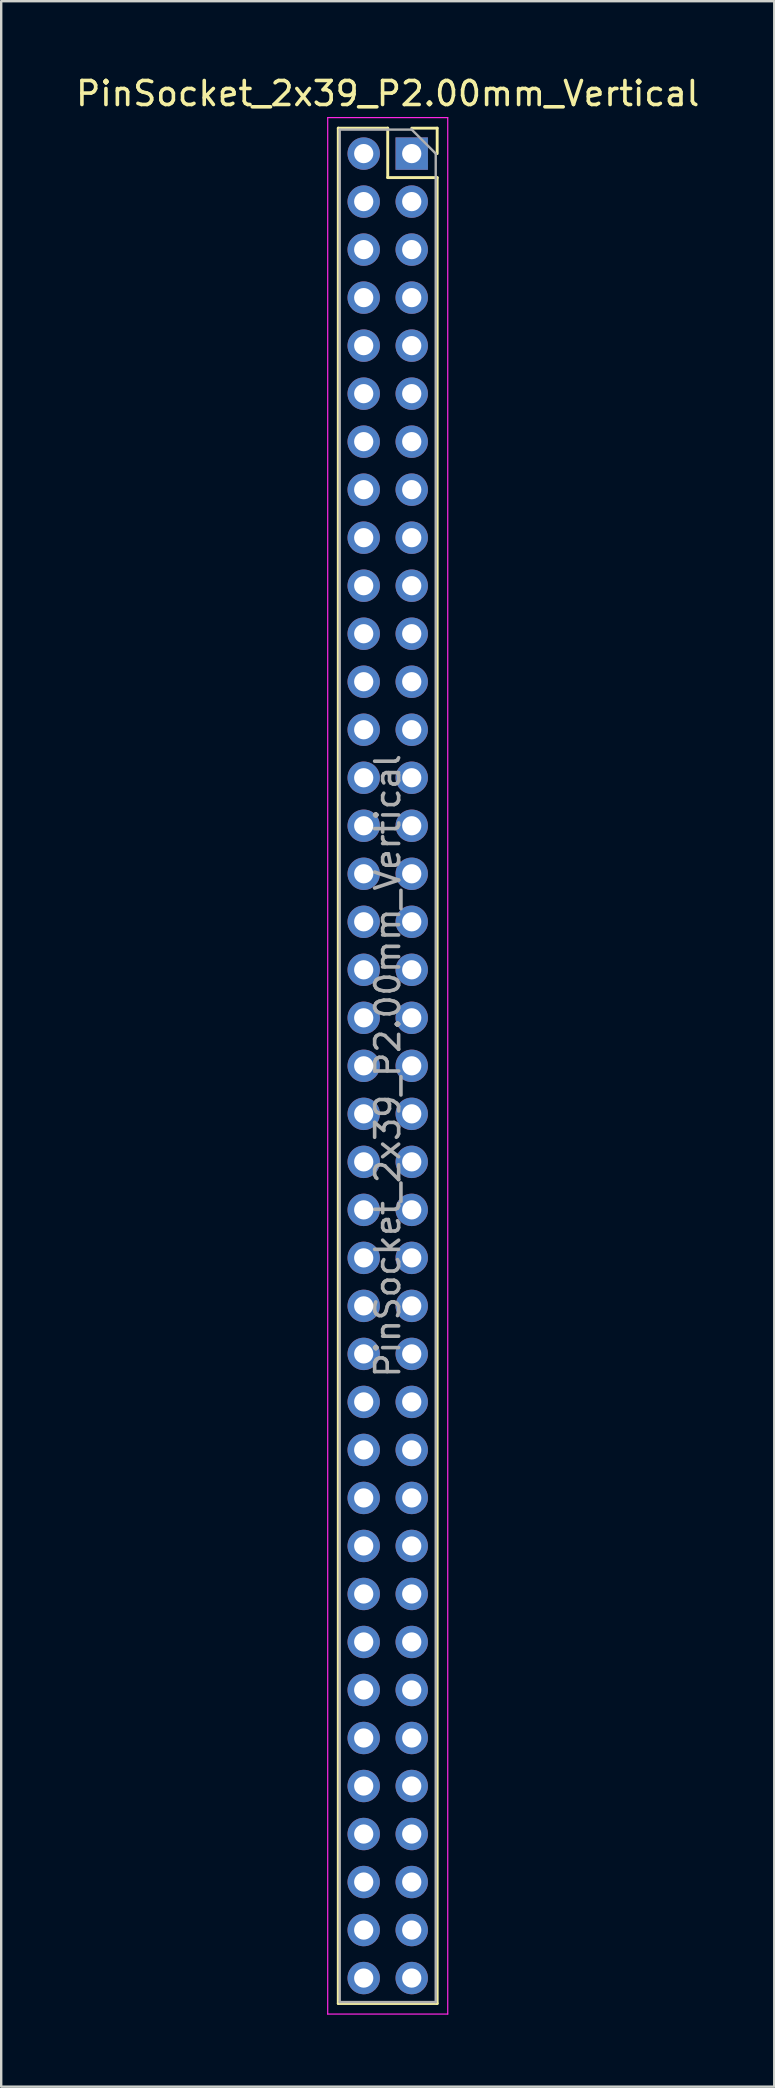
<source format=kicad_pcb>
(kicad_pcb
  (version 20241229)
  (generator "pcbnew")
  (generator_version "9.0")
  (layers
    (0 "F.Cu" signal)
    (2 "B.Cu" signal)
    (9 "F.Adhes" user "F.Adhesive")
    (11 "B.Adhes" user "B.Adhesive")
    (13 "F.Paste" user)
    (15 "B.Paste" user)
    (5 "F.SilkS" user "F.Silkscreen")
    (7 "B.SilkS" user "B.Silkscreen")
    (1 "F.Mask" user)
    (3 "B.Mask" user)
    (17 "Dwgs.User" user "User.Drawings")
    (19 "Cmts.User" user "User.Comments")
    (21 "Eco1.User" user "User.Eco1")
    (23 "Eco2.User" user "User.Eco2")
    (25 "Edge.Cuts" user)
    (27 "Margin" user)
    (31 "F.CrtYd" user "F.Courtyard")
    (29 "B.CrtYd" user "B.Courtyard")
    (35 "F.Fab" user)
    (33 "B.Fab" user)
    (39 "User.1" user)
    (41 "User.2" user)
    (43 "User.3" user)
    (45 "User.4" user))
  (footprint "PinSocket_2x39_P2.00mm_Vertical"
    (layer "F.Cu")
    (at 14.101 3.348)
    (property "Reference" "PinSocket_2x39_P2.00mm_Vertical" (at -1 -2.5 0) (layer "F.SilkS") (effects (font (size 1 1) (thickness 0.15))))
    (attr through_hole)
    (fp_line (start -3.06 -1.06) (end -3.06 77.06) (stroke (width 0.12) (type solid)) (layer "F.SilkS"))
    (fp_line (start -3.06 -1.06) (end -1 -1.06) (stroke (width 0.12) (type solid)) (layer "F.SilkS"))
    (fp_line (start -3.06 77.06) (end 1.06 77.06) (stroke (width 0.12) (type solid)) (layer "F.SilkS"))
    (fp_line (start -1 -1.06) (end -1 1) (stroke (width 0.12) (type solid)) (layer "F.SilkS"))
    (fp_line (start -1 1) (end 1.06 1) (stroke (width 0.12) (type solid)) (layer "F.SilkS"))
    (fp_line (start 0 -1.06) (end 1.06 -1.06) (stroke (width 0.12) (type solid)) (layer "F.SilkS"))
    (fp_line (start 1.06 -1.06) (end 1.06 0) (stroke (width 0.12) (type solid)) (layer "F.SilkS"))
    (fp_line (start 1.06 1) (end 1.06 77.06) (stroke (width 0.12) (type solid)) (layer "F.SilkS"))
    (fp_line (start -3.5 -1.5) (end 1.5 -1.5) (stroke (width 0.05) (type solid)) (layer "F.CrtYd"))
    (fp_line (start -3.5 77.5) (end -3.5 -1.5) (stroke (width 0.05) (type solid)) (layer "F.CrtYd"))
    (fp_line (start 1.5 -1.5) (end 1.5 77.5) (stroke (width 0.05) (type solid)) (layer "F.CrtYd"))
    (fp_line (start 1.5 77.5) (end -3.5 77.5) (stroke (width 0.05) (type solid)) (layer "F.CrtYd"))
    (fp_line (start -3 -1) (end 0 -1) (stroke (width 0.1) (type solid)) (layer "F.Fab"))
    (fp_line (start -3 77) (end -3 -1) (stroke (width 0.1) (type solid)) (layer "F.Fab"))
    (fp_line (start 0 -1) (end 1 0) (stroke (width 0.1) (type solid)) (layer "F.Fab"))
    (fp_line (start 1 0) (end 1 77) (stroke (width 0.1) (type solid)) (layer "F.Fab"))
    (fp_line (start 1 77) (end -3 77) (stroke (width 0.1) (type solid)) (layer "F.Fab"))
    (fp_text user "${REFERENCE}" (at -1 38 90) (layer "F.Fab") (effects (font (size 1 1) (thickness 0.15))))
    (pad "1" thru_hole rect (at 0 0) (size 1.35 1.35) (drill 0.8) (layers "*.Cu" "*.Mask"))
    (pad "2" thru_hole circle (at -2 0) (size 1.35 1.35) (drill 0.8) (layers "*.Cu" "*.Mask"))
    (pad "3" thru_hole circle (at 0 2) (size 1.35 1.35) (drill 0.8) (layers "*.Cu" "*.Mask"))
    (pad "4" thru_hole circle (at -2 2) (size 1.35 1.35) (drill 0.8) (layers "*.Cu" "*.Mask"))
    (pad "5" thru_hole circle (at 0 4) (size 1.35 1.35) (drill 0.8) (layers "*.Cu" "*.Mask"))
    (pad "6" thru_hole circle (at -2 4) (size 1.35 1.35) (drill 0.8) (layers "*.Cu" "*.Mask"))
    (pad "7" thru_hole circle (at 0 6) (size 1.35 1.35) (drill 0.8) (layers "*.Cu" "*.Mask"))
    (pad "8" thru_hole circle (at -2 6) (size 1.35 1.35) (drill 0.8) (layers "*.Cu" "*.Mask"))
    (pad "9" thru_hole circle (at 0 8) (size 1.35 1.35) (drill 0.8) (layers "*.Cu" "*.Mask"))
    (pad "10" thru_hole circle (at -2 8) (size 1.35 1.35) (drill 0.8) (layers "*.Cu" "*.Mask"))
    (pad "11" thru_hole circle (at 0 10) (size 1.35 1.35) (drill 0.8) (layers "*.Cu" "*.Mask"))
    (pad "12" thru_hole circle (at -2 10) (size 1.35 1.35) (drill 0.8) (layers "*.Cu" "*.Mask"))
    (pad "13" thru_hole circle (at 0 12) (size 1.35 1.35) (drill 0.8) (layers "*.Cu" "*.Mask"))
    (pad "14" thru_hole circle (at -2 12) (size 1.35 1.35) (drill 0.8) (layers "*.Cu" "*.Mask"))
    (pad "15" thru_hole circle (at 0 14) (size 1.35 1.35) (drill 0.8) (layers "*.Cu" "*.Mask"))
    (pad "16" thru_hole circle (at -2 14) (size 1.35 1.35) (drill 0.8) (layers "*.Cu" "*.Mask"))
    (pad "17" thru_hole circle (at 0 16) (size 1.35 1.35) (drill 0.8) (layers "*.Cu" "*.Mask"))
    (pad "18" thru_hole circle (at -2 16) (size 1.35 1.35) (drill 0.8) (layers "*.Cu" "*.Mask"))
    (pad "19" thru_hole circle (at 0 18) (size 1.35 1.35) (drill 0.8) (layers "*.Cu" "*.Mask"))
    (pad "20" thru_hole circle (at -2 18) (size 1.35 1.35) (drill 0.8) (layers "*.Cu" "*.Mask"))
    (pad "21" thru_hole circle (at 0 20) (size 1.35 1.35) (drill 0.8) (layers "*.Cu" "*.Mask"))
    (pad "22" thru_hole circle (at -2 20) (size 1.35 1.35) (drill 0.8) (layers "*.Cu" "*.Mask"))
    (pad "23" thru_hole circle (at 0 22) (size 1.35 1.35) (drill 0.8) (layers "*.Cu" "*.Mask"))
    (pad "24" thru_hole circle (at -2 22) (size 1.35 1.35) (drill 0.8) (layers "*.Cu" "*.Mask"))
    (pad "25" thru_hole circle (at 0 24) (size 1.35 1.35) (drill 0.8) (layers "*.Cu" "*.Mask"))
    (pad "26" thru_hole circle (at -2 24) (size 1.35 1.35) (drill 0.8) (layers "*.Cu" "*.Mask"))
    (pad "27" thru_hole circle (at 0 26) (size 1.35 1.35) (drill 0.8) (layers "*.Cu" "*.Mask"))
    (pad "28" thru_hole circle (at -2 26) (size 1.35 1.35) (drill 0.8) (layers "*.Cu" "*.Mask"))
    (pad "29" thru_hole circle (at 0 28) (size 1.35 1.35) (drill 0.8) (layers "*.Cu" "*.Mask"))
    (pad "30" thru_hole circle (at -2 28) (size 1.35 1.35) (drill 0.8) (layers "*.Cu" "*.Mask"))
    (pad "31" thru_hole circle (at 0 30) (size 1.35 1.35) (drill 0.8) (layers "*.Cu" "*.Mask"))
    (pad "32" thru_hole circle (at -2 30) (size 1.35 1.35) (drill 0.8) (layers "*.Cu" "*.Mask"))
    (pad "33" thru_hole circle (at 0 32) (size 1.35 1.35) (drill 0.8) (layers "*.Cu" "*.Mask"))
    (pad "34" thru_hole circle (at -2 32) (size 1.35 1.35) (drill 0.8) (layers "*.Cu" "*.Mask"))
    (pad "35" thru_hole circle (at 0 34) (size 1.35 1.35) (drill 0.8) (layers "*.Cu" "*.Mask"))
    (pad "36" thru_hole circle (at -2 34) (size 1.35 1.35) (drill 0.8) (layers "*.Cu" "*.Mask"))
    (pad "37" thru_hole circle (at 0 36) (size 1.35 1.35) (drill 0.8) (layers "*.Cu" "*.Mask"))
    (pad "38" thru_hole circle (at -2 36) (size 1.35 1.35) (drill 0.8) (layers "*.Cu" "*.Mask"))
    (pad "39" thru_hole circle (at 0 38) (size 1.35 1.35) (drill 0.8) (layers "*.Cu" "*.Mask"))
    (pad "40" thru_hole circle (at -2 38) (size 1.35 1.35) (drill 0.8) (layers "*.Cu" "*.Mask"))
    (pad "41" thru_hole circle (at 0 40) (size 1.35 1.35) (drill 0.8) (layers "*.Cu" "*.Mask"))
    (pad "42" thru_hole circle (at -2 40) (size 1.35 1.35) (drill 0.8) (layers "*.Cu" "*.Mask"))
    (pad "43" thru_hole circle (at 0 42) (size 1.35 1.35) (drill 0.8) (layers "*.Cu" "*.Mask"))
    (pad "44" thru_hole circle (at -2 42) (size 1.35 1.35) (drill 0.8) (layers "*.Cu" "*.Mask"))
    (pad "45" thru_hole circle (at 0 44) (size 1.35 1.35) (drill 0.8) (layers "*.Cu" "*.Mask"))
    (pad "46" thru_hole circle (at -2 44) (size 1.35 1.35) (drill 0.8) (layers "*.Cu" "*.Mask"))
    (pad "47" thru_hole circle (at 0 46) (size 1.35 1.35) (drill 0.8) (layers "*.Cu" "*.Mask"))
    (pad "48" thru_hole circle (at -2 46) (size 1.35 1.35) (drill 0.8) (layers "*.Cu" "*.Mask"))
    (pad "49" thru_hole circle (at 0 48) (size 1.35 1.35) (drill 0.8) (layers "*.Cu" "*.Mask"))
    (pad "50" thru_hole circle (at -2 48) (size 1.35 1.35) (drill 0.8) (layers "*.Cu" "*.Mask"))
    (pad "51" thru_hole circle (at 0 50) (size 1.35 1.35) (drill 0.8) (layers "*.Cu" "*.Mask"))
    (pad "52" thru_hole circle (at -2 50) (size 1.35 1.35) (drill 0.8) (layers "*.Cu" "*.Mask"))
    (pad "53" thru_hole circle (at 0 52) (size 1.35 1.35) (drill 0.8) (layers "*.Cu" "*.Mask"))
    (pad "54" thru_hole circle (at -2 52) (size 1.35 1.35) (drill 0.8) (layers "*.Cu" "*.Mask"))
    (pad "55" thru_hole circle (at 0 54) (size 1.35 1.35) (drill 0.8) (layers "*.Cu" "*.Mask"))
    (pad "56" thru_hole circle (at -2 54) (size 1.35 1.35) (drill 0.8) (layers "*.Cu" "*.Mask"))
    (pad "57" thru_hole circle (at 0 56) (size 1.35 1.35) (drill 0.8) (layers "*.Cu" "*.Mask"))
    (pad "58" thru_hole circle (at -2 56) (size 1.35 1.35) (drill 0.8) (layers "*.Cu" "*.Mask"))
    (pad "59" thru_hole circle (at 0 58) (size 1.35 1.35) (drill 0.8) (layers "*.Cu" "*.Mask"))
    (pad "60" thru_hole circle (at -2 58) (size 1.35 1.35) (drill 0.8) (layers "*.Cu" "*.Mask"))
    (pad "61" thru_hole circle (at 0 60) (size 1.35 1.35) (drill 0.8) (layers "*.Cu" "*.Mask"))
    (pad "62" thru_hole circle (at -2 60) (size 1.35 1.35) (drill 0.8) (layers "*.Cu" "*.Mask"))
    (pad "63" thru_hole circle (at 0 62) (size 1.35 1.35) (drill 0.8) (layers "*.Cu" "*.Mask"))
    (pad "64" thru_hole circle (at -2 62) (size 1.35 1.35) (drill 0.8) (layers "*.Cu" "*.Mask"))
    (pad "65" thru_hole circle (at 0 64) (size 1.35 1.35) (drill 0.8) (layers "*.Cu" "*.Mask"))
    (pad "66" thru_hole circle (at -2 64) (size 1.35 1.35) (drill 0.8) (layers "*.Cu" "*.Mask"))
    (pad "67" thru_hole circle (at 0 66) (size 1.35 1.35) (drill 0.8) (layers "*.Cu" "*.Mask"))
    (pad "68" thru_hole circle (at -2 66) (size 1.35 1.35) (drill 0.8) (layers "*.Cu" "*.Mask"))
    (pad "69" thru_hole circle (at 0 68) (size 1.35 1.35) (drill 0.8) (layers "*.Cu" "*.Mask"))
    (pad "70" thru_hole circle (at -2 68) (size 1.35 1.35) (drill 0.8) (layers "*.Cu" "*.Mask"))
    (pad "71" thru_hole circle (at 0 70) (size 1.35 1.35) (drill 0.8) (layers "*.Cu" "*.Mask"))
    (pad "72" thru_hole circle (at -2 70) (size 1.35 1.35) (drill 0.8) (layers "*.Cu" "*.Mask"))
    (pad "73" thru_hole circle (at 0 72) (size 1.35 1.35) (drill 0.8) (layers "*.Cu" "*.Mask"))
    (pad "74" thru_hole circle (at -2 72) (size 1.35 1.35) (drill 0.8) (layers "*.Cu" "*.Mask"))
    (pad "75" thru_hole circle (at 0 74) (size 1.35 1.35) (drill 0.8) (layers "*.Cu" "*.Mask"))
    (pad "76" thru_hole circle (at -2 74) (size 1.35 1.35) (drill 0.8) (layers "*.Cu" "*.Mask"))
    (pad "77" thru_hole circle (at 0 76) (size 1.35 1.35) (drill 0.8) (layers "*.Cu" "*.Mask"))
    (pad "78" thru_hole circle (at -2 76) (size 1.35 1.35) (drill 0.8) (layers "*.Cu" "*.Mask")))
  (gr_rect
    (start -3 -3)
    (end 29.202 83.873)
    (stroke (width 0.1) (type default))
    (fill no)
    (layer "Edge.Cuts")))
</source>
